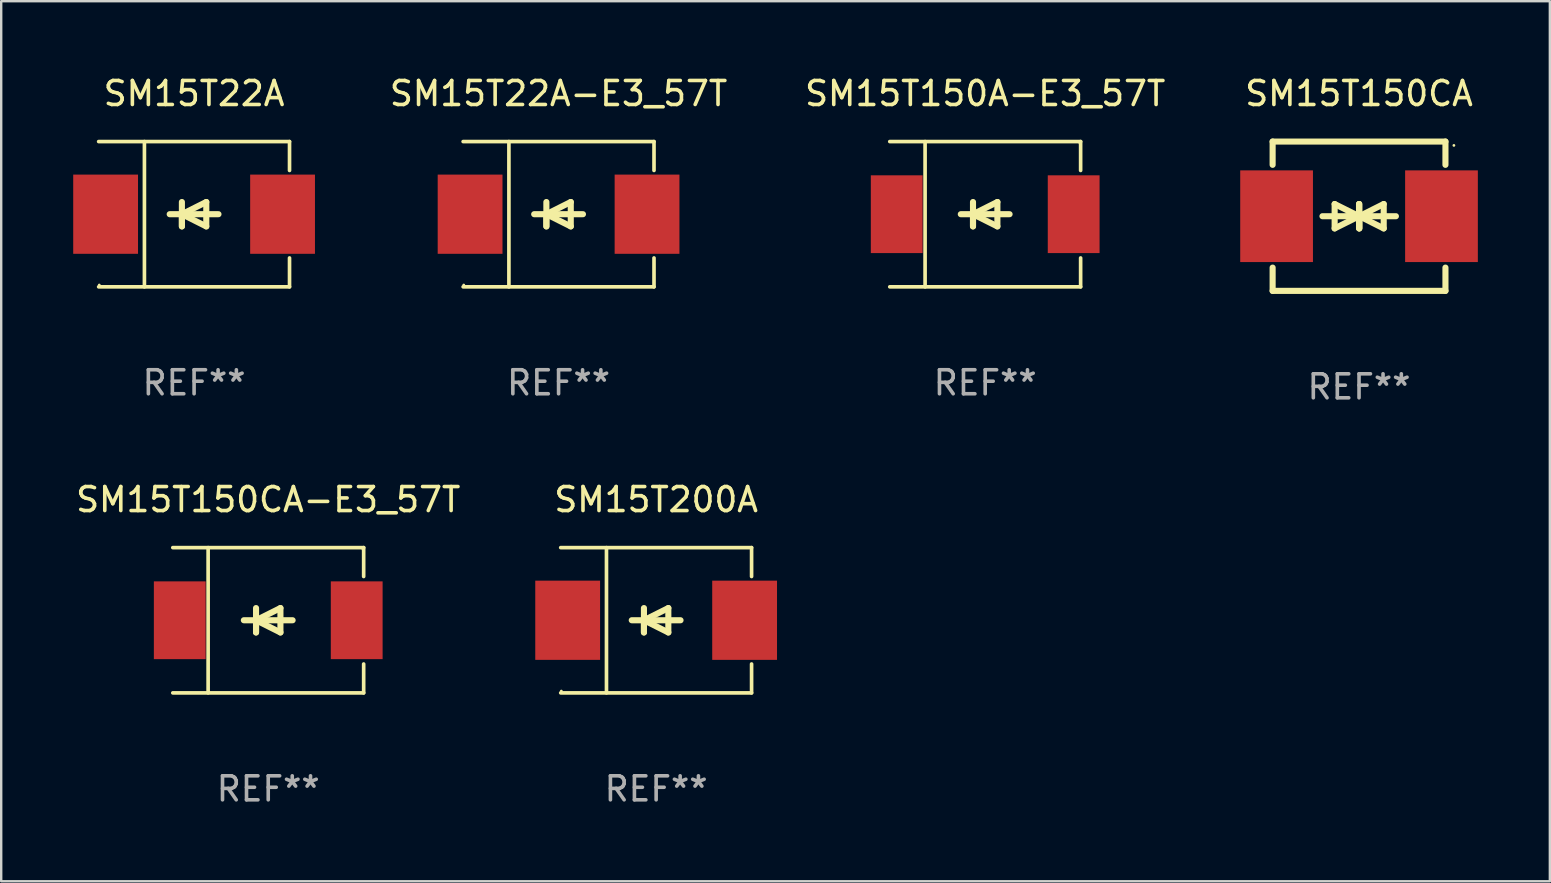
<source format=kicad_pcb>
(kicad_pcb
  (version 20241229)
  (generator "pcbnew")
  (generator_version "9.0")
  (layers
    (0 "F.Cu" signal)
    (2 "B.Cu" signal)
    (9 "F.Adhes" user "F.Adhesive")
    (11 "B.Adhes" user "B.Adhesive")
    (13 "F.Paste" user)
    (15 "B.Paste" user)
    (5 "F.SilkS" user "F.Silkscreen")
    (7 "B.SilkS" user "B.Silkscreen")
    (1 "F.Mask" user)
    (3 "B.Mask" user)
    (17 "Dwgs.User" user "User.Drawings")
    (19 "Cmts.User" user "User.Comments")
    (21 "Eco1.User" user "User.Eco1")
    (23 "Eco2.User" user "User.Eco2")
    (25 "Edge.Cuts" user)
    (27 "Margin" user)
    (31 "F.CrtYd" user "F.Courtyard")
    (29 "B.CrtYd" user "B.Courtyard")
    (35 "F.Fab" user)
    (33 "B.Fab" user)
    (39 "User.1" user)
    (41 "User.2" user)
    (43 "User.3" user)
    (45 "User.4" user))
  (footprint "SM15T150A-E3_57T"
    (layer "F.Cu")
    (at 37.995 5.874)
    (property "Reference" "SM15T150A-E3_57T" (at 0 -5.026 0) (layer "F.SilkS") (effects (font (size 1 1) (thickness 0.15))))
    (attr through_hole)
    (fp_line (start -3.976 -3.026) (end 3.976 -3.026) (stroke (width 0.152) (type solid)) (layer "F.SilkS"))
    (fp_line (start -3.976 3.026) (end 3.976 3.026) (stroke (width 0.152) (type solid)) (layer "F.SilkS"))
    (fp_line (start -2.504 -3.026) (end -2.504 3.026) (stroke (width 0.152) (type solid)) (layer "F.SilkS"))
    (fp_line (start -0.508 0) (end -0.508 0.508) (stroke (width 0.254) (type solid)) (layer "F.SilkS"))
    (fp_line (start -0.508 0) (end 0.508 0.508) (stroke (width 0.254) (type solid)) (layer "F.SilkS"))
    (fp_line (start -0.508 0.508) (end -0.508 -0.508) (stroke (width 0.254) (type solid)) (layer "F.SilkS"))
    (fp_line (start 0.508 -0.508) (end -0.508 0) (stroke (width 0.254) (type solid)) (layer "F.SilkS"))
    (fp_line (start 0.508 0.508) (end 0.508 -0.508) (stroke (width 0.254) (type solid)) (layer "F.SilkS"))
    (fp_line (start 1.016 0) (end -1.016 0) (stroke (width 0.254) (type solid)) (layer "F.SilkS"))
    (fp_line (start 3.976 -3.026) (end 3.976 -1.823) (stroke (width 0.152) (type solid)) (layer "F.SilkS"))
    (fp_line (start 3.976 3.026) (end 3.976 1.823) (stroke (width 0.152) (type solid)) (layer "F.SilkS"))
    (fp_circle (center 3.95 -2.95) (end 3.98 -2.95) (stroke (width 0.06) (type solid)) (fill no) (layer "F.SilkS"))
    (fp_text user "REF**" (at 0 7.026 0) (layer "F.Fab") (effects (font (size 1 1) (thickness 0.15))))
    (pad "1" smd rect (at 3.686 0 180) (size 2.158 3.24) (layers "F.Cu" "F.Mask" "F.Paste"))
    (pad "2" smd rect (at -3.686 0 180) (size 2.158 3.24) (layers "F.Cu" "F.Mask" "F.Paste")))
  (footprint "SM15T22A"
    (layer "F.Cu")
    (at 5.036 5.874)
    (property "Reference" "SM15T22A" (at 0 -5.026 0) (layer "F.SilkS") (effects (font (size 1 1) (thickness 0.15))))
    (attr through_hole)
    (fp_line (start -3.976 -3.026) (end 3.976 -3.026) (stroke (width 0.152) (type solid)) (layer "F.SilkS"))
    (fp_line (start -3.976 3.026) (end 3.976 3.026) (stroke (width 0.152) (type solid)) (layer "F.SilkS"))
    (fp_line (start -2.069 -3.026) (end -2.069 3.026) (stroke (width 0.152) (type solid)) (layer "F.SilkS"))
    (fp_line (start -0.508 0) (end -0.508 0.508) (stroke (width 0.254) (type solid)) (layer "F.SilkS"))
    (fp_line (start -0.508 0) (end 0.508 0.508) (stroke (width 0.254) (type solid)) (layer "F.SilkS"))
    (fp_line (start -0.508 0.508) (end -0.508 -0.508) (stroke (width 0.254) (type solid)) (layer "F.SilkS"))
    (fp_line (start 0.508 -0.508) (end -0.508 0) (stroke (width 0.254) (type solid)) (layer "F.SilkS"))
    (fp_line (start 0.508 0.508) (end 0.508 -0.508) (stroke (width 0.254) (type solid)) (layer "F.SilkS"))
    (fp_line (start 1.016 0) (end -1.016 0) (stroke (width 0.254) (type solid)) (layer "F.SilkS"))
    (fp_line (start 3.976 -3.026) (end 3.976 -1.823) (stroke (width 0.152) (type solid)) (layer "F.SilkS"))
    (fp_line (start 3.976 3.026) (end 3.976 1.823) (stroke (width 0.152) (type solid)) (layer "F.SilkS"))
    (fp_circle (center -3.95 2.95) (end -3.92 2.95) (stroke (width 0.06) (type solid)) (fill no) (layer "F.SilkS"))
    (fp_text user "REF**" (at 0 7.026 0) (layer "F.Fab") (effects (font (size 1 1) (thickness 0.15))))
    (pad "1" smd rect (at -3.686 0) (size 2.7 3.3) (layers "F.Cu" "F.Mask" "F.Paste"))
    (pad "2" smd rect (at 3.686 0) (size 2.7 3.3) (layers "F.Cu" "F.Mask" "F.Paste")))
  (footprint "SM15T150CA"
    (layer "F.Cu")
    (at 53.57 5.958)
    (property "Reference" "SM15T150CA" (at 0 -5.11 0) (layer "F.SilkS") (effects (font (size 1 1) (thickness 0.15))))
    (attr through_hole)
    (fp_line (start -3.6 -2.141) (end -3.6 -3.11) (stroke (width 0.254) (type solid)) (layer "F.SilkS"))
    (fp_line (start -3.6 3.11) (end -3.6 2.141) (stroke (width 0.254) (type solid)) (layer "F.SilkS"))
    (fp_line (start -1.524 0) (end 0.508 0) (stroke (width 0.254) (type solid)) (layer "F.SilkS"))
    (fp_line (start -1.016 -0.508) (end -1.016 0.508) (stroke (width 0.254) (type solid)) (layer "F.SilkS"))
    (fp_line (start -1.016 0.508) (end 0 0) (stroke (width 0.254) (type solid)) (layer "F.SilkS"))
    (fp_line (start 0 -0.508) (end 0 0.508) (stroke (width 0.254) (type solid)) (layer "F.SilkS"))
    (fp_line (start 0 0) (end -1.016 -0.508) (stroke (width 0.254) (type solid)) (layer "F.SilkS"))
    (fp_line (start 0 0) (end 0 -0.508) (stroke (width 0.254) (type solid)) (layer "F.SilkS"))
    (fp_line (start 0.012 0) (end 0.012 0.508) (stroke (width 0.254) (type solid)) (layer "F.SilkS"))
    (fp_line (start 0.012 0) (end 1.028 0.508) (stroke (width 0.254) (type solid)) (layer "F.SilkS"))
    (fp_line (start 0.012 0.508) (end 0.012 -0.508) (stroke (width 0.254) (type solid)) (layer "F.SilkS"))
    (fp_line (start 1.028 -0.508) (end 0.012 0) (stroke (width 0.254) (type solid)) (layer "F.SilkS"))
    (fp_line (start 1.028 0.508) (end 1.028 -0.508) (stroke (width 0.254) (type solid)) (layer "F.SilkS"))
    (fp_line (start 1.536 0) (end -0.496 0) (stroke (width 0.254) (type solid)) (layer "F.SilkS"))
    (fp_line (start 3.6 -3.11) (end -3.6 -3.11) (stroke (width 0.254) (type solid)) (layer "F.SilkS"))
    (fp_line (start 3.6 -2.141) (end 3.6 -3.11) (stroke (width 0.254) (type solid)) (layer "F.SilkS"))
    (fp_line (start 3.6 3.11) (end -3.6 3.11) (stroke (width 0.254) (type solid)) (layer "F.SilkS"))
    (fp_line (start 3.6 3.11) (end 3.6 2.141) (stroke (width 0.254) (type solid)) (layer "F.SilkS"))
    (fp_circle (center 3.952 -2.95) (end 3.982 -2.95) (stroke (width 0.06) (type solid)) (fill no) (layer "F.SilkS"))
    (fp_text user "REF**" (at 0 7.11 0) (layer "F.Fab") (effects (font (size 1 1) (thickness 0.15))))
    (pad "1" smd rect (at 3.435 0) (size 3.03 3.82) (layers "F.Cu" "F.Mask" "F.Paste"))
    (pad "2" smd rect (at -3.435 0) (size 3.03 3.82) (layers "F.Cu" "F.Mask" "F.Paste")))
  (footprint "SM15T200A"
    (layer "F.Cu")
    (at 24.286 22.791)
    (property "Reference" "SM15T200A" (at 0 -5.026 0) (layer "F.SilkS") (effects (font (size 1 1) (thickness 0.15))))
    (attr through_hole)
    (fp_line (start -3.976 -3.026) (end 3.976 -3.026) (stroke (width 0.152) (type solid)) (layer "F.SilkS"))
    (fp_line (start -3.976 3.026) (end 3.976 3.026) (stroke (width 0.152) (type solid)) (layer "F.SilkS"))
    (fp_line (start -2.069 -3.026) (end -2.069 3.026) (stroke (width 0.152) (type solid)) (layer "F.SilkS"))
    (fp_line (start -0.508 0) (end -0.508 0.508) (stroke (width 0.254) (type solid)) (layer "F.SilkS"))
    (fp_line (start -0.508 0) (end 0.508 0.508) (stroke (width 0.254) (type solid)) (layer "F.SilkS"))
    (fp_line (start -0.508 0.508) (end -0.508 -0.508) (stroke (width 0.254) (type solid)) (layer "F.SilkS"))
    (fp_line (start 0.508 -0.508) (end -0.508 0) (stroke (width 0.254) (type solid)) (layer "F.SilkS"))
    (fp_line (start 0.508 0.508) (end 0.508 -0.508) (stroke (width 0.254) (type solid)) (layer "F.SilkS"))
    (fp_line (start 1.016 0) (end -1.016 0) (stroke (width 0.254) (type solid)) (layer "F.SilkS"))
    (fp_line (start 3.976 -3.026) (end 3.976 -1.823) (stroke (width 0.152) (type solid)) (layer "F.SilkS"))
    (fp_line (start 3.976 3.026) (end 3.976 1.823) (stroke (width 0.152) (type solid)) (layer "F.SilkS"))
    (fp_circle (center -3.95 2.95) (end -3.92 2.95) (stroke (width 0.06) (type solid)) (fill no) (layer "F.SilkS"))
    (fp_text user "REF**" (at 0 7.026 0) (layer "F.Fab") (effects (font (size 1 1) (thickness 0.15))))
    (pad "1" smd rect (at -3.686 0) (size 2.7 3.3) (layers "F.Cu" "F.Mask" "F.Paste"))
    (pad "2" smd rect (at 3.686 0) (size 2.7 3.3) (layers "F.Cu" "F.Mask" "F.Paste")))
  (footprint "SM15T150CA-E3_57T"
    (layer "F.Cu")
    (at 8.125 22.791)
    (property "Reference" "SM15T150CA-E3_57T" (at 0 -5.026 0) (layer "F.SilkS") (effects (font (size 1 1) (thickness 0.15))))
    (attr through_hole)
    (fp_line (start -3.976 -3.026) (end 3.976 -3.026) (stroke (width 0.152) (type solid)) (layer "F.SilkS"))
    (fp_line (start -3.976 3.026) (end 3.976 3.026) (stroke (width 0.152) (type solid)) (layer "F.SilkS"))
    (fp_line (start -2.504 -3.026) (end -2.504 3.026) (stroke (width 0.152) (type solid)) (layer "F.SilkS"))
    (fp_line (start -0.508 0) (end -0.508 0.508) (stroke (width 0.254) (type solid)) (layer "F.SilkS"))
    (fp_line (start -0.508 0) (end 0.508 0.508) (stroke (width 0.254) (type solid)) (layer "F.SilkS"))
    (fp_line (start -0.508 0.508) (end -0.508 -0.508) (stroke (width 0.254) (type solid)) (layer "F.SilkS"))
    (fp_line (start 0.508 -0.508) (end -0.508 0) (stroke (width 0.254) (type solid)) (layer "F.SilkS"))
    (fp_line (start 0.508 0.508) (end 0.508 -0.508) (stroke (width 0.254) (type solid)) (layer "F.SilkS"))
    (fp_line (start 1.016 0) (end -1.016 0) (stroke (width 0.254) (type solid)) (layer "F.SilkS"))
    (fp_line (start 3.976 -3.026) (end 3.976 -1.823) (stroke (width 0.152) (type solid)) (layer "F.SilkS"))
    (fp_line (start 3.976 3.026) (end 3.976 1.823) (stroke (width 0.152) (type solid)) (layer "F.SilkS"))
    (fp_circle (center 3.95 -2.95) (end 3.98 -2.95) (stroke (width 0.06) (type solid)) (fill no) (layer "F.SilkS"))
    (fp_text user "REF**" (at 0 7.026 0) (layer "F.Fab") (effects (font (size 1 1) (thickness 0.15))))
    (pad "1" smd rect (at 3.686 0 180) (size 2.158 3.24) (layers "F.Cu" "F.Mask" "F.Paste"))
    (pad "2" smd rect (at -3.686 0 180) (size 2.158 3.24) (layers "F.Cu" "F.Mask" "F.Paste")))
  (footprint "SM15T22A-E3_57T"
    (layer "F.Cu")
    (at 20.221 5.874)
    (property "Reference" "SM15T22A-E3_57T" (at 0 -5.026 0) (layer "F.SilkS") (effects (font (size 1 1) (thickness 0.15))))
    (attr through_hole)
    (fp_line (start -3.976 -3.026) (end 3.976 -3.026) (stroke (width 0.152) (type solid)) (layer "F.SilkS"))
    (fp_line (start -3.976 3.026) (end 3.976 3.026) (stroke (width 0.152) (type solid)) (layer "F.SilkS"))
    (fp_line (start -2.069 -3.026) (end -2.069 3.026) (stroke (width 0.152) (type solid)) (layer "F.SilkS"))
    (fp_line (start -0.508 0) (end -0.508 0.508) (stroke (width 0.254) (type solid)) (layer "F.SilkS"))
    (fp_line (start -0.508 0) (end 0.508 0.508) (stroke (width 0.254) (type solid)) (layer "F.SilkS"))
    (fp_line (start -0.508 0.508) (end -0.508 -0.508) (stroke (width 0.254) (type solid)) (layer "F.SilkS"))
    (fp_line (start 0.508 -0.508) (end -0.508 0) (stroke (width 0.254) (type solid)) (layer "F.SilkS"))
    (fp_line (start 0.508 0.508) (end 0.508 -0.508) (stroke (width 0.254) (type solid)) (layer "F.SilkS"))
    (fp_line (start 1.016 0) (end -1.016 0) (stroke (width 0.254) (type solid)) (layer "F.SilkS"))
    (fp_line (start 3.976 -3.026) (end 3.976 -1.823) (stroke (width 0.152) (type solid)) (layer "F.SilkS"))
    (fp_line (start 3.976 3.026) (end 3.976 1.823) (stroke (width 0.152) (type solid)) (layer "F.SilkS"))
    (fp_circle (center -3.95 2.95) (end -3.92 2.95) (stroke (width 0.06) (type solid)) (fill no) (layer "F.SilkS"))
    (fp_text user "REF**" (at 0 7.026 0) (layer "F.Fab") (effects (font (size 1 1) (thickness 0.15))))
    (pad "1" smd rect (at -3.686 0) (size 2.7 3.3) (layers "F.Cu" "F.Mask" "F.Paste"))
    (pad "2" smd rect (at 3.686 0) (size 2.7 3.3) (layers "F.Cu" "F.Mask" "F.Paste")))
  (gr_rect
    (start -3 -3)
    (end 61.52 33.665)
    (stroke (width 0.1) (type default))
    (fill no)
    (layer "Edge.Cuts")))
</source>
